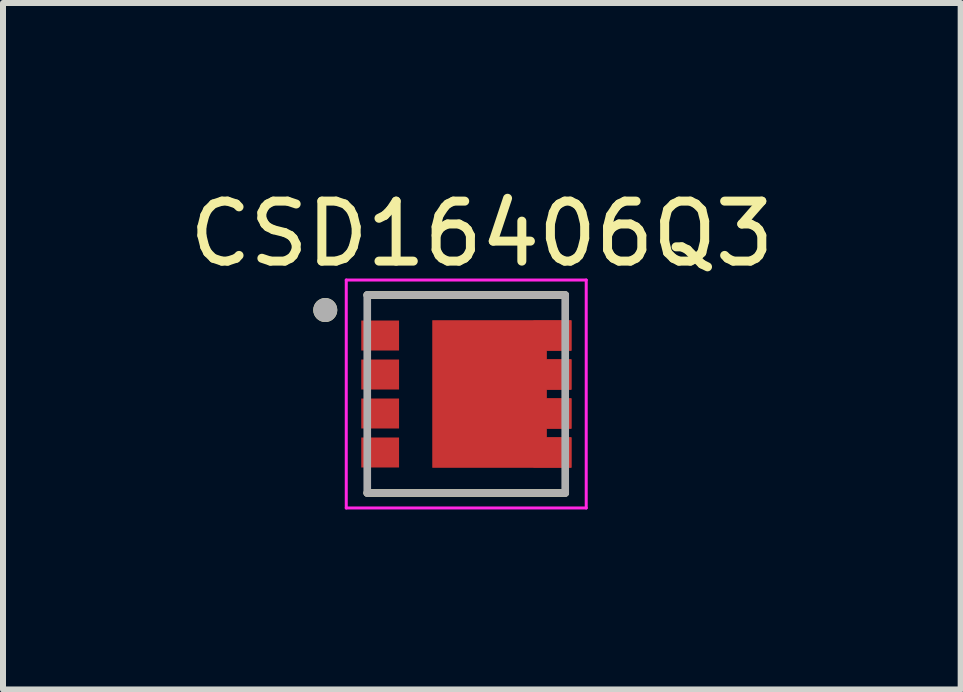
<source format=kicad_pcb>
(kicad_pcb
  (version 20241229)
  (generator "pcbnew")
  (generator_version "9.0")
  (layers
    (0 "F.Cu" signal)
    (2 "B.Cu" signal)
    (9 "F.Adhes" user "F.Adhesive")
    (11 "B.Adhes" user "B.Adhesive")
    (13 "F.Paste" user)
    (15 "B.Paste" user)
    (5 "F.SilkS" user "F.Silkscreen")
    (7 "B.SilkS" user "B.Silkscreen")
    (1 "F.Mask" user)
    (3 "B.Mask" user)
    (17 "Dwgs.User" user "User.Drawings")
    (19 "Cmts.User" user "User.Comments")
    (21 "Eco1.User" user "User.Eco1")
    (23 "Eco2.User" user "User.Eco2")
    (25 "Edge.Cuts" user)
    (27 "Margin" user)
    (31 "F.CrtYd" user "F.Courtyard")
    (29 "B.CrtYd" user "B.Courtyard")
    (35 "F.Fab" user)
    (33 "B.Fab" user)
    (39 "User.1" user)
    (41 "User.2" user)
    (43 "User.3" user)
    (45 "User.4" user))
  (footprint "CSD16406Q3"
    (layer "F.Cu")
    (at 4.982 0.348)
    (property "Reference" "CSD16406Q3" (at 0 0.5 0) (layer "F.SilkS") (effects (font (size 1 1) (thickness 0.15))))
    (attr through_hole)
    (fp_poly (pts (xy 1.49 1.945) (xy 1.49 2.445) (xy 1.08 2.445) (xy 1.08 2.595) (xy 1.49 2.595) (xy 1.49 3.095) (xy 1.08 3.095) (xy 1.08 3.245) (xy 1.49 3.245) (xy 1.49 3.745) (xy 1.08 3.745) (xy 1.08 3.895) (xy 1.49 3.895) (xy 1.49 4.395) (xy -0.82 4.395) (xy -0.82 1.945)) (stroke (width 0.01) (type solid)) (fill yes) (layer "F.Cu"))
    (fp_poly (pts (xy -0.92 1.845) (xy 1.59 1.845) (xy 1.59 4.495) (xy -0.92 4.495)) (stroke (width 0.01) (type solid)) (fill yes) (layer "F.Mask"))
    (fp_line (start -1.91 1.52) (end 1.39 1.52) (stroke (width 0.127) (type solid)) (layer "F.SilkS"))
    (fp_line (start -1.91 4.82) (end 1.39 4.82) (stroke (width 0.127) (type solid)) (layer "F.SilkS"))
    (fp_circle (center -2.61 1.77) (end -2.51 1.77) (stroke (width 0.2) (type solid)) (fill no) (layer "F.SilkS"))
    (fp_poly (pts (xy -1.92 2.025) (xy -1.47 2.025) (xy -1.47 2.365) (xy -1.92 2.365)) (stroke (width 0.01) (type solid)) (fill yes) (layer "F.Paste"))
    (fp_poly (pts (xy -1.92 2.675) (xy -1.47 2.675) (xy -1.47 3.015) (xy -1.92 3.015)) (stroke (width 0.01) (type solid)) (fill yes) (layer "F.Paste"))
    (fp_poly (pts (xy -1.92 3.325) (xy -1.47 3.325) (xy -1.47 3.665) (xy -1.92 3.665)) (stroke (width 0.01) (type solid)) (fill yes) (layer "F.Paste"))
    (fp_poly (pts (xy -1.92 3.975) (xy -1.47 3.975) (xy -1.47 4.315) (xy -1.92 4.315)) (stroke (width 0.01) (type solid)) (fill yes) (layer "F.Paste"))
    (fp_poly (pts (xy -0.72 2.025) (xy 0.725 2.025) (xy 0.725 3.045) (xy -0.72 3.045)) (stroke (width 0.01) (type solid)) (fill yes) (layer "F.Paste"))
    (fp_poly (pts (xy -0.72 3.295) (xy 0.725 3.295) (xy 0.725 4.315) (xy -0.72 4.315)) (stroke (width 0.01) (type solid)) (fill yes) (layer "F.Paste"))
    (fp_poly (pts (xy 0.95 2.025) (xy 1.4 2.025) (xy 1.4 2.365) (xy 0.95 2.365)) (stroke (width 0.01) (type solid)) (fill yes) (layer "F.Paste"))
    (fp_poly (pts (xy 0.95 2.675) (xy 1.4 2.675) (xy 1.4 3.015) (xy 0.95 3.015)) (stroke (width 0.01) (type solid)) (fill yes) (layer "F.Paste"))
    (fp_poly (pts (xy 0.95 3.325) (xy 1.4 3.325) (xy 1.4 3.665) (xy 0.95 3.665)) (stroke (width 0.01) (type solid)) (fill yes) (layer "F.Paste"))
    (fp_poly (pts (xy 0.95 3.975) (xy 1.4 3.975) (xy 1.4 4.315) (xy 0.95 4.315)) (stroke (width 0.01) (type solid)) (fill yes) (layer "F.Paste"))
    (fp_line (start -2.26 1.27) (end 1.74 1.27) (stroke (width 0.05) (type solid)) (layer "F.CrtYd"))
    (fp_line (start -2.26 5.07) (end -2.26 1.27) (stroke (width 0.05) (type solid)) (layer "F.CrtYd"))
    (fp_line (start 1.74 1.27) (end 1.74 5.07) (stroke (width 0.05) (type solid)) (layer "F.CrtYd"))
    (fp_line (start 1.74 5.07) (end -2.26 5.07) (stroke (width 0.05) (type solid)) (layer "F.CrtYd"))
    (fp_line (start -1.91 1.52) (end 1.39 1.52) (stroke (width 0.127) (type solid)) (layer "F.Fab"))
    (fp_line (start -1.91 4.82) (end -1.91 1.52) (stroke (width 0.127) (type solid)) (layer "F.Fab"))
    (fp_line (start 1.39 1.52) (end 1.39 4.82) (stroke (width 0.127) (type solid)) (layer "F.Fab"))
    (fp_line (start 1.39 4.82) (end -1.91 4.82) (stroke (width 0.127) (type solid)) (layer "F.Fab"))
    (fp_circle (center -2.61 1.77) (end -2.51 1.77) (stroke (width 0.2) (type solid)) (fill no) (layer "F.Fab"))
    (pad "1" smd rect (at -1.695 2.195) (size 0.63 0.5) (layers "F.Cu" "F.Mask"))
    (pad "2" smd rect (at -1.695 2.845) (size 0.63 0.5) (layers "F.Cu" "F.Mask"))
    (pad "3" smd rect (at -1.695 3.495) (size 0.63 0.5) (layers "F.Cu" "F.Mask"))
    (pad "4" smd rect (at -1.695 4.145) (size 0.63 0.5) (layers "F.Cu" "F.Mask"))
    (pad "5" smd rect (at 1.175 4.145) (size 0.63 0.5) (layers "F.Cu"))
    (pad "6" smd rect (at 1.175 3.495) (size 0.63 0.5) (layers "F.Cu"))
    (pad "7" smd rect (at 1.175 2.845) (size 0.63 0.5) (layers "F.Cu"))
    (pad "8" smd rect (at 1.175 2.195) (size 0.63 0.5) (layers "F.Cu")))
  (gr_rect
    (start -3 -3)
    (end 12.964 8.443)
    (stroke (width 0.1) (type default))
    (fill no)
    (layer "Edge.Cuts")))
</source>
